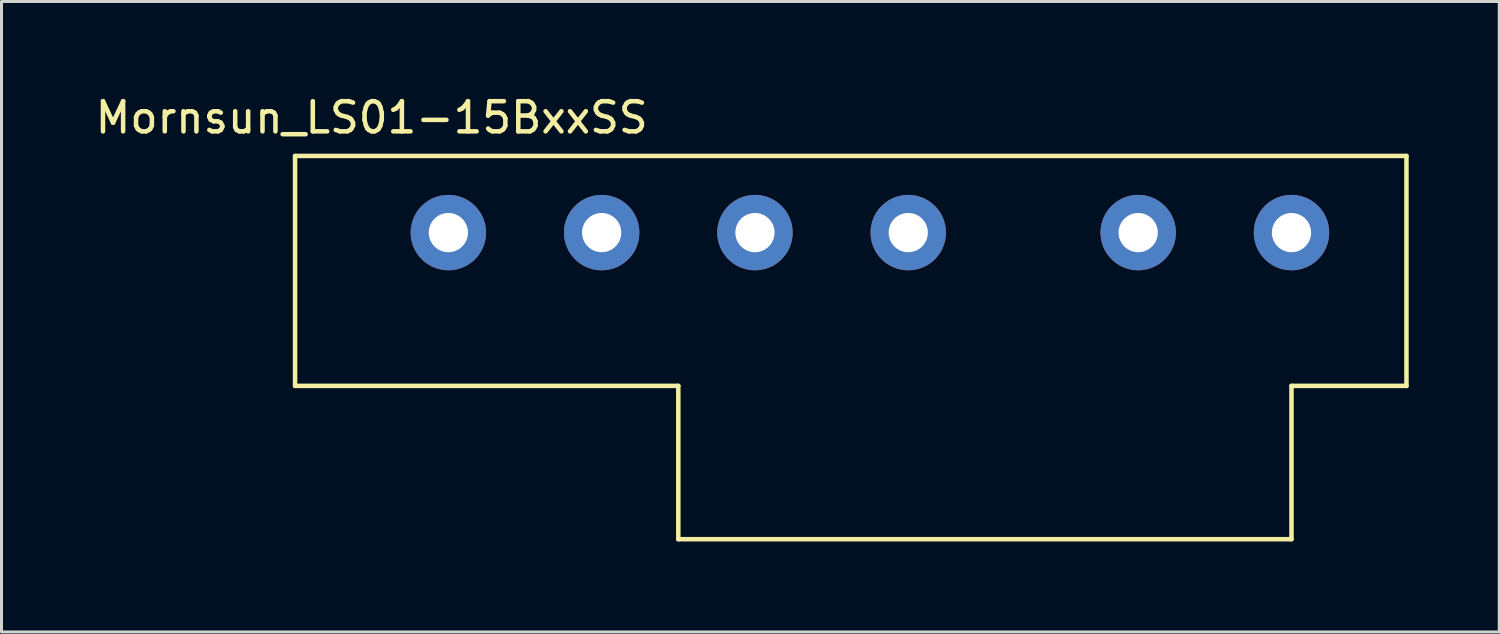
<source format=kicad_pcb>
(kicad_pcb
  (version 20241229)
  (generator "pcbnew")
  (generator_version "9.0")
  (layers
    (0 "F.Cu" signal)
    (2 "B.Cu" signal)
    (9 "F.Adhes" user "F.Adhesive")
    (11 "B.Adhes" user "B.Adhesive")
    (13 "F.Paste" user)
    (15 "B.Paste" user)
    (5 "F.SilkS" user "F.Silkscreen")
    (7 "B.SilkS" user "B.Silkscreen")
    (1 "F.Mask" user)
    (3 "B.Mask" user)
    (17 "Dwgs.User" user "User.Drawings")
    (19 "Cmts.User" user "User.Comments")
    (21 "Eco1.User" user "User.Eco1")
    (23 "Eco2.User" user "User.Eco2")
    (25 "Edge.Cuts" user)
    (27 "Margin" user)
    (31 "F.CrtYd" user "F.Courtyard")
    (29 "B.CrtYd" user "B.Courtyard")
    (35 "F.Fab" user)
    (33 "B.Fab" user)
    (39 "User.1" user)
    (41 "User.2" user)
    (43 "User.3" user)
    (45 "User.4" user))
  (footprint "Mornsun_LS01-15BxxSS"
    (layer "F.Cu")
    (at 27.048 4.658)
    (property "Reference" "Mornsun_LS01-15BxxSS" (at -17.78 -3.81 180) (layer "F.SilkS") (effects (font (size 1 1) (thickness 0.15))))
    (attr through_hole)
    (fp_line (start -20.32 -2.54) (end -20.32 5.08) (stroke (width 0.15) (type solid)) (layer "F.SilkS"))
    (fp_line (start -20.32 5.08) (end -7.62 5.08) (stroke (width 0.15) (type solid)) (layer "F.SilkS"))
    (fp_line (start -7.62 5.08) (end -7.62 10.16) (stroke (width 0.15) (type solid)) (layer "F.SilkS"))
    (fp_line (start -7.62 10.16) (end 12.7 10.16) (stroke (width 0.15) (type solid)) (layer "F.SilkS"))
    (fp_line (start 12.7 5.08) (end 16.51 5.08) (stroke (width 0.15) (type solid)) (layer "F.SilkS"))
    (fp_line (start 12.7 10.16) (end 12.7 5.08) (stroke (width 0.15) (type solid)) (layer "F.SilkS"))
    (fp_line (start 16.51 -2.54) (end -20.32 -2.54) (stroke (width 0.15) (type solid)) (layer "F.SilkS"))
    (fp_line (start 16.51 5.08) (end 16.51 -2.54) (stroke (width 0.15) (type solid)) (layer "F.SilkS"))
    (pad "1" thru_hole circle (at -15.24 0) (size 2.5 2.5) (drill 1.3) (layers "*.Cu" "*.Mask"))
    (pad "3" thru_hole circle (at -10.16 0) (size 2.5 2.5) (drill 1.3) (layers "*.Cu" "*.Mask"))
    (pad "5" thru_hole circle (at -5.08 0) (size 2.5 2.5) (drill 1.3) (layers "*.Cu" "*.Mask"))
    (pad "7" thru_hole circle (at 0 0) (size 2.5 2.5) (drill 1.3) (layers "*.Cu" "*.Mask"))
    (pad "10" thru_hole circle (at 7.62 0) (size 2.5 2.5) (drill 1.3) (layers "*.Cu" "*.Mask"))
    (pad "12" thru_hole circle (at 12.7 0) (size 2.5 2.5) (drill 1.3) (layers "*.Cu" "*.Mask")))
  (gr_rect
    (start -3 -3)
    (end 46.633 17.893)
    (stroke (width 0.1) (type default))
    (fill no)
    (layer "Edge.Cuts")))
</source>
